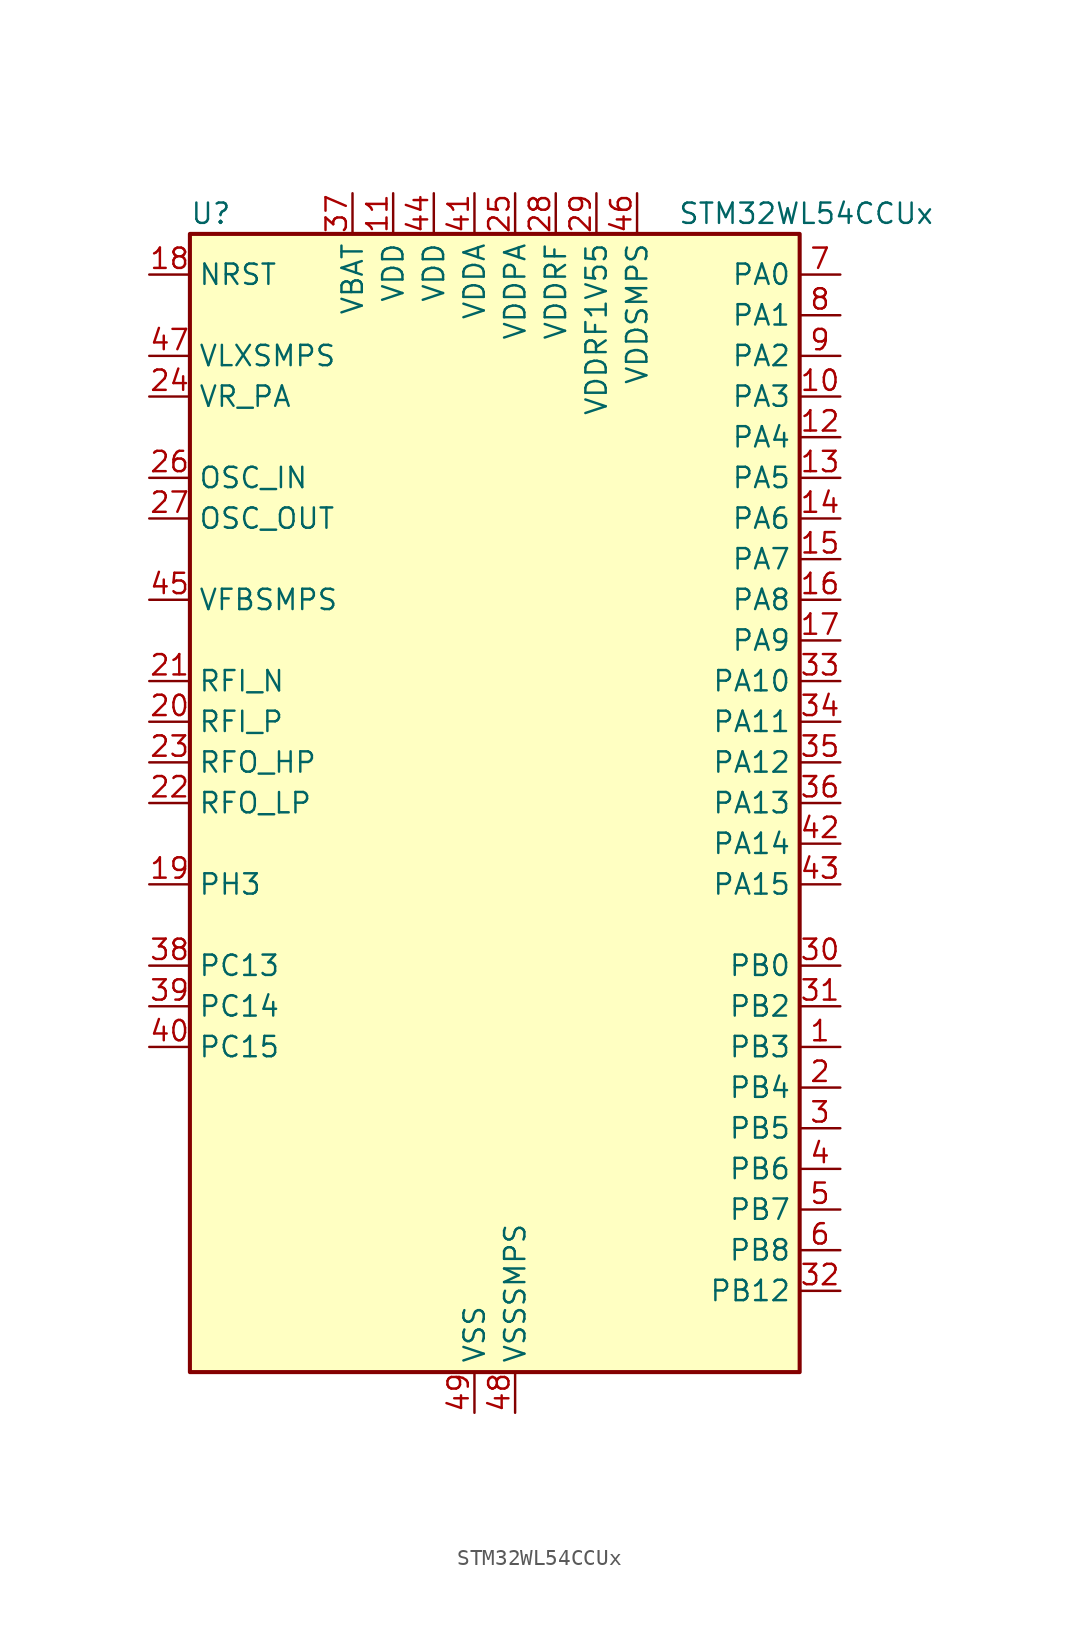
<source format=kicad_sym>
(kicad_symbol_lib
  (version 20220914)
  (generator kicad_symbol_editor)
  (symbol "STM32WL54CCUx"
    (property "Reference" "U"
      (at -17.78 36.83 0)
      (effects (font (size 1.27 1.27)) (justify left)))
    (property "Value" "STM32WL54CCUx"
      (at 12.7 36.83 0)
      (effects (font (size 1.27 1.27)) (justify left)))
    (property "ki_locked" ""
      (at 0 0 0)
      (effects (font (size 1.27 1.27))))
    (symbol "STM32WL54CCUx_0_1"
      (rectangle (start -17.78 -35.56) (end 20.32 35.56) (stroke (width 0.254) (type default)) (fill (type background))))
    (symbol "STM32WL54CCUx_1_1"
      (pin bidirectional line (at 22.86 -15.24 180) (length 2.54) (name "PB3" (effects (font (size 1.27 1.27)))) (number "1" (effects (font (size 1.27 1.27)))) (alternate "ADC_IN2" bidirectional line) (alternate "COMP1_INM" bidirectional line) (alternate "COMP2_INM" bidirectional line) (alternate "DEBUG_JTDO-SWO" bidirectional line) (alternate "DEBUG_RF-DTB1" bidirectional line) (alternate "PWR_WKUP3" bidirectional line) (alternate "RTC_TAMP_IN3" bidirectional line) (alternate "SPI1_SCK" bidirectional line) (alternate "TIM2_CH2" bidirectional line) (alternate "USART1_DE" bidirectional line) (alternate "USART1_RTS" bidirectional line))
      (pin bidirectional line (at 22.86 25.4 180) (length 2.54) (name "PA3" (effects (font (size 1.27 1.27)))) (number "10" (effects (font (size 1.27 1.27)))) (alternate "I2S2_MCK" bidirectional line) (alternate "LPUART1_RX" bidirectional line) (alternate "TIM2_CH4" bidirectional line) (alternate "USART2_RX" bidirectional line))
      (pin power_in line (at -5.08 38.1 270) (length 2.54) (name "VDD" (effects (font (size 1.27 1.27)))) (number "11" (effects (font (size 1.27 1.27)))))
      (pin bidirectional line (at 22.86 22.86 180) (length 2.54) (name "PA4" (effects (font (size 1.27 1.27)))) (number "12" (effects (font (size 1.27 1.27)))) (alternate "DEBUG_SUBGHZSPI-NSSOUT" bidirectional line) (alternate "LPTIM1_OUT" bidirectional line) (alternate "LPTIM2_OUT" bidirectional line) (alternate "RTC_OUT2" bidirectional line) (alternate "SPI1_NSS" bidirectional line) (alternate "USART2_CK" bidirectional line))
      (pin bidirectional line (at 22.86 20.32 180) (length 2.54) (name "PA5" (effects (font (size 1.27 1.27)))) (number "13" (effects (font (size 1.27 1.27)))) (alternate "DEBUG_SUBGHZSPI-SCKOUT" bidirectional line) (alternate "LPTIM2_ETR" bidirectional line) (alternate "SPI1_SCK" bidirectional line) (alternate "SPI2_MISO" bidirectional line) (alternate "TIM2_CH1" bidirectional line) (alternate "TIM2_ETR" bidirectional line))
      (pin bidirectional line (at 22.86 17.78 180) (length 2.54) (name "PA6" (effects (font (size 1.27 1.27)))) (number "14" (effects (font (size 1.27 1.27)))) (alternate "DEBUG_SUBGHZSPI-MISOOUT" bidirectional line) (alternate "I2C2_SMBA" bidirectional line) (alternate "LPUART1_CTS" bidirectional line) (alternate "SPI1_MISO" bidirectional line) (alternate "TIM16_CH1" bidirectional line) (alternate "TIM1_BKIN" bidirectional line))
      (pin bidirectional line (at 22.86 15.24 180) (length 2.54) (name "PA7" (effects (font (size 1.27 1.27)))) (number "15" (effects (font (size 1.27 1.27)))) (alternate "COMP2_OUT" bidirectional line) (alternate "DEBUG_SUBGHZSPI-MOSIOUT" bidirectional line) (alternate "I2C3_SCL" bidirectional line) (alternate "SPI1_MOSI" bidirectional line) (alternate "TIM17_CH1" bidirectional line) (alternate "TIM1_CH1N" bidirectional line))
      (pin bidirectional line (at 22.86 12.7 180) (length 2.54) (name "PA8" (effects (font (size 1.27 1.27)))) (number "16" (effects (font (size 1.27 1.27)))) (alternate "I2S2_CK" bidirectional line) (alternate "LPTIM2_OUT" bidirectional line) (alternate "RCC_MCO" bidirectional line) (alternate "SPI2_SCK" bidirectional line) (alternate "TIM1_CH1" bidirectional line) (alternate "USART1_CK" bidirectional line))
      (pin bidirectional line (at 22.86 10.16 180) (length 2.54) (name "PA9" (effects (font (size 1.27 1.27)))) (number "17" (effects (font (size 1.27 1.27)))) (alternate "DAC_EXTI9" bidirectional line) (alternate "I2C1_SCL" bidirectional line) (alternate "I2S2_CK" bidirectional line) (alternate "I2S2_WS" bidirectional line) (alternate "SPI2_NSS" bidirectional line) (alternate "SPI2_SCK" bidirectional line) (alternate "TIM1_CH2" bidirectional line) (alternate "USART1_TX" bidirectional line))
      (pin input line (at -20.32 33.02 0) (length 2.54) (name "NRST" (effects (font (size 1.27 1.27)))) (number "18" (effects (font (size 1.27 1.27)))))
      (pin bidirectional line (at -20.32 -5.08 0) (length 2.54) (name "PH3" (effects (font (size 1.27 1.27)))) (number "19" (effects (font (size 1.27 1.27)))))
      (pin bidirectional line (at 22.86 -17.78 180) (length 2.54) (name "PB4" (effects (font (size 1.27 1.27)))) (number "2" (effects (font (size 1.27 1.27)))) (alternate "ADC_IN3" bidirectional line) (alternate "COMP1_INP" bidirectional line) (alternate "COMP2_INP" bidirectional line) (alternate "DEBUG_JTRST" bidirectional line) (alternate "DEBUG_RF-LDORDY" bidirectional line) (alternate "I2C3_SDA" bidirectional line) (alternate "SPI1_MISO" bidirectional line) (alternate "TIM17_BKIN" bidirectional line) (alternate "USART1_CTS" bidirectional line) (alternate "USART1_NSS" bidirectional line))
      (pin bidirectional line (at -20.32 5.08 0) (length 2.54) (name "RFI_P" (effects (font (size 1.27 1.27)))) (number "20" (effects (font (size 1.27 1.27)))))
      (pin bidirectional line (at -20.32 7.62 0) (length 2.54) (name "RFI_N" (effects (font (size 1.27 1.27)))) (number "21" (effects (font (size 1.27 1.27)))))
      (pin bidirectional line (at -20.32 0 0) (length 2.54) (name "RFO_LP" (effects (font (size 1.27 1.27)))) (number "22" (effects (font (size 1.27 1.27)))))
      (pin bidirectional line (at -20.32 2.54 0) (length 2.54) (name "RFO_HP" (effects (font (size 1.27 1.27)))) (number "23" (effects (font (size 1.27 1.27)))))
      (pin power_in line (at -20.32 25.4 0) (length 2.54) (name "VR_PA" (effects (font (size 1.27 1.27)))) (number "24" (effects (font (size 1.27 1.27)))))
      (pin power_in line (at 2.54 38.1 270) (length 2.54) (name "VDDPA" (effects (font (size 1.27 1.27)))) (number "25" (effects (font (size 1.27 1.27)))))
      (pin input line (at -20.32 20.32 0) (length 2.54) (name "OSC_IN" (effects (font (size 1.27 1.27)))) (number "26" (effects (font (size 1.27 1.27)))) (alternate "RCC_OSC_IN" bidirectional line))
      (pin input line (at -20.32 17.78 0) (length 2.54) (name "OSC_OUT" (effects (font (size 1.27 1.27)))) (number "27" (effects (font (size 1.27 1.27)))) (alternate "RCC_OSC_OUT" bidirectional line))
      (pin power_in line (at 5.08 38.1 270) (length 2.54) (name "VDDRF" (effects (font (size 1.27 1.27)))) (number "28" (effects (font (size 1.27 1.27)))))
      (pin power_in line (at 7.62 38.1 270) (length 2.54) (name "VDDRF1V55" (effects (font (size 1.27 1.27)))) (number "29" (effects (font (size 1.27 1.27)))))
      (pin bidirectional line (at 22.86 -20.32 180) (length 2.54) (name "PB5" (effects (font (size 1.27 1.27)))) (number "3" (effects (font (size 1.27 1.27)))) (alternate "COMP2_OUT" bidirectional line) (alternate "I2C1_SMBA" bidirectional line) (alternate "LPTIM1_IN1" bidirectional line) (alternate "SPI1_MOSI" bidirectional line) (alternate "TIM16_BKIN" bidirectional line) (alternate "USART1_CK" bidirectional line))
      (pin bidirectional line (at 22.86 -10.16 180) (length 2.54) (name "PB0" (effects (font (size 1.27 1.27)))) (number "30" (effects (font (size 1.27 1.27)))) (alternate "COMP1_OUT" bidirectional line) (alternate "VDDTCXO" bidirectional line))
      (pin bidirectional line (at 22.86 -12.7 180) (length 2.54) (name "PB2" (effects (font (size 1.27 1.27)))) (number "31" (effects (font (size 1.27 1.27)))) (alternate "ADC_IN4" bidirectional line) (alternate "COMP1_INP" bidirectional line) (alternate "COMP2_INM" bidirectional line) (alternate "DEBUG_RF-SMPSRDY" bidirectional line) (alternate "I2C3_SMBA" bidirectional line) (alternate "LPTIM1_OUT" bidirectional line) (alternate "SPI1_NSS" bidirectional line))
      (pin bidirectional line (at 22.86 -30.48 180) (length 2.54) (name "PB12" (effects (font (size 1.27 1.27)))) (number "32" (effects (font (size 1.27 1.27)))) (alternate "I2C3_SMBA" bidirectional line) (alternate "I2S2_WS" bidirectional line) (alternate "LPUART1_RTS" bidirectional line) (alternate "SPI2_NSS" bidirectional line) (alternate "TIM1_BKIN" bidirectional line))
      (pin bidirectional line (at 22.86 7.62 180) (length 2.54) (name "PA10" (effects (font (size 1.27 1.27)))) (number "33" (effects (font (size 1.27 1.27)))) (alternate "ADC_IN6" bidirectional line) (alternate "COMP1_INM" bidirectional line) (alternate "COMP2_INM" bidirectional line) (alternate "DAC_OUT1" bidirectional line) (alternate "DEBUG_RF-HSE32RDY" bidirectional line) (alternate "I2C1_SDA" bidirectional line) (alternate "I2S2_SD" bidirectional line) (alternate "RTC_REFIN" bidirectional line) (alternate "SPI2_MOSI" bidirectional line) (alternate "TIM17_BKIN" bidirectional line) (alternate "TIM1_CH3" bidirectional line) (alternate "USART1_RX" bidirectional line))
      (pin bidirectional line (at 22.86 5.08 180) (length 2.54) (name "PA11" (effects (font (size 1.27 1.27)))) (number "34" (effects (font (size 1.27 1.27)))) (alternate "ADC_EXTI11" bidirectional line) (alternate "ADC_IN7" bidirectional line) (alternate "COMP1_INM" bidirectional line) (alternate "COMP2_INM" bidirectional line) (alternate "DEBUG_RF-NRESET" bidirectional line) (alternate "I2C2_SDA" bidirectional line) (alternate "LPTIM3_ETR" bidirectional line) (alternate "SPI1_MISO" bidirectional line) (alternate "TIM1_BKIN2" bidirectional line) (alternate "TIM1_CH4" bidirectional line) (alternate "USART1_CTS" bidirectional line) (alternate "USART1_NSS" bidirectional line))
      (pin bidirectional line (at 22.86 2.54 180) (length 2.54) (name "PA12" (effects (font (size 1.27 1.27)))) (number "35" (effects (font (size 1.27 1.27)))) (alternate "ADC_IN8" bidirectional line) (alternate "DEBUG_RF-BUSY" bidirectional line) (alternate "I2C2_SCL" bidirectional line) (alternate "LPTIM3_IN1" bidirectional line) (alternate "SPI1_MOSI" bidirectional line) (alternate "TIM1_ETR" bidirectional line) (alternate "USART1_DE" bidirectional line) (alternate "USART1_RTS" bidirectional line))
      (pin bidirectional line (at 22.86 0 180) (length 2.54) (name "PA13" (effects (font (size 1.27 1.27)))) (number "36" (effects (font (size 1.27 1.27)))) (alternate "ADC_IN9" bidirectional line) (alternate "DEBUG_JTMS-SWDIO" bidirectional line) (alternate "I2C2_SMBA" bidirectional line) (alternate "IR_OUT" bidirectional line))
      (pin power_in line (at -7.62 38.1 270) (length 2.54) (name "VBAT" (effects (font (size 1.27 1.27)))) (number "37" (effects (font (size 1.27 1.27)))))
      (pin bidirectional line (at -20.32 -10.16 0) (length 2.54) (name "PC13" (effects (font (size 1.27 1.27)))) (number "38" (effects (font (size 1.27 1.27)))) (alternate "PWR_WKUP2" bidirectional line) (alternate "RTC_OUT1" bidirectional line) (alternate "RTC_TAMP_IN1" bidirectional line) (alternate "RTC_TS" bidirectional line))
      (pin bidirectional line (at -20.32 -12.7 0) (length 2.54) (name "PC14" (effects (font (size 1.27 1.27)))) (number "39" (effects (font (size 1.27 1.27)))) (alternate "RCC_OSC32_IN" bidirectional line))
      (pin bidirectional line (at 22.86 -22.86 180) (length 2.54) (name "PB6" (effects (font (size 1.27 1.27)))) (number "4" (effects (font (size 1.27 1.27)))) (alternate "I2C1_SCL" bidirectional line) (alternate "LPTIM1_ETR" bidirectional line) (alternate "TIM16_CH1N" bidirectional line) (alternate "USART1_TX" bidirectional line))
      (pin bidirectional line (at -20.32 -15.24 0) (length 2.54) (name "PC15" (effects (font (size 1.27 1.27)))) (number "40" (effects (font (size 1.27 1.27)))) (alternate "RCC_OSC32_OUT" bidirectional line))
      (pin power_in line (at 0 38.1 270) (length 2.54) (name "VDDA" (effects (font (size 1.27 1.27)))) (number "41" (effects (font (size 1.27 1.27)))))
      (pin bidirectional line (at 22.86 -2.54 180) (length 2.54) (name "PA14" (effects (font (size 1.27 1.27)))) (number "42" (effects (font (size 1.27 1.27)))) (alternate "ADC_IN10" bidirectional line) (alternate "DEBUG_JTCK-SWCLK" bidirectional line) (alternate "I2C1_SMBA" bidirectional line) (alternate "LPTIM1_OUT" bidirectional line))
      (pin bidirectional line (at 22.86 -5.08 180) (length 2.54) (name "PA15" (effects (font (size 1.27 1.27)))) (number "43" (effects (font (size 1.27 1.27)))) (alternate "ADC_IN11" bidirectional line) (alternate "COMP1_INM" bidirectional line) (alternate "COMP2_INP" bidirectional line) (alternate "DEBUG_JTDI" bidirectional line) (alternate "I2C2_SDA" bidirectional line) (alternate "SPI1_NSS" bidirectional line) (alternate "TIM2_CH1" bidirectional line) (alternate "TIM2_ETR" bidirectional line))
      (pin power_in line (at -2.54 38.1 270) (length 2.54) (name "VDD" (effects (font (size 1.27 1.27)))) (number "44" (effects (font (size 1.27 1.27)))))
      (pin input line (at -20.32 12.7 0) (length 2.54) (name "VFBSMPS" (effects (font (size 1.27 1.27)))) (number "45" (effects (font (size 1.27 1.27)))))
      (pin power_in line (at 10.16 38.1 270) (length 2.54) (name "VDDSMPS" (effects (font (size 1.27 1.27)))) (number "46" (effects (font (size 1.27 1.27)))))
      (pin power_in line (at -20.32 27.94 0) (length 2.54) (name "VLXSMPS" (effects (font (size 1.27 1.27)))) (number "47" (effects (font (size 1.27 1.27)))))
      (pin power_in line (at 2.54 -38.1 90) (length 2.54) (name "VSSSMPS" (effects (font (size 1.27 1.27)))) (number "48" (effects (font (size 1.27 1.27)))))
      (pin power_in line (at 0 -38.1 90) (length 2.54) (name "VSS" (effects (font (size 1.27 1.27)))) (number "49" (effects (font (size 1.27 1.27)))))
      (pin bidirectional line (at 22.86 -25.4 180) (length 2.54) (name "PB7" (effects (font (size 1.27 1.27)))) (number "5" (effects (font (size 1.27 1.27)))) (alternate "I2C1_SDA" bidirectional line) (alternate "LPTIM1_IN2" bidirectional line) (alternate "PWR_PVD_IN" bidirectional line) (alternate "TIM17_CH1N" bidirectional line) (alternate "TIM1_BKIN" bidirectional line) (alternate "USART1_RX" bidirectional line))
      (pin bidirectional line (at 22.86 -27.94 180) (length 2.54) (name "PB8" (effects (font (size 1.27 1.27)))) (number "6" (effects (font (size 1.27 1.27)))) (alternate "I2C1_SCL" bidirectional line) (alternate "TIM16_CH1" bidirectional line) (alternate "TIM1_CH2N" bidirectional line))
      (pin bidirectional line (at 22.86 33.02 180) (length 2.54) (name "PA0" (effects (font (size 1.27 1.27)))) (number "7" (effects (font (size 1.27 1.27)))) (alternate "COMP1_OUT" bidirectional line) (alternate "DEBUG_PWR-REGLP1S" bidirectional line) (alternate "I2C3_SMBA" bidirectional line) (alternate "I2S_CKIN" bidirectional line) (alternate "PWR_WKUP1" bidirectional line) (alternate "RTC_TAMP_IN2" bidirectional line) (alternate "TIM2_CH1" bidirectional line) (alternate "TIM2_ETR" bidirectional line) (alternate "USART2_CTS" bidirectional line) (alternate "USART2_NSS" bidirectional line))
      (pin bidirectional line (at 22.86 30.48 180) (length 2.54) (name "PA1" (effects (font (size 1.27 1.27)))) (number "8" (effects (font (size 1.27 1.27)))) (alternate "DEBUG_PWR-REGLP2S" bidirectional line) (alternate "I2C1_SMBA" bidirectional line) (alternate "LPTIM3_OUT" bidirectional line) (alternate "LPUART1_RTS" bidirectional line) (alternate "SPI1_SCK" bidirectional line) (alternate "TIM2_CH2" bidirectional line) (alternate "USART2_DE" bidirectional line) (alternate "USART2_RTS" bidirectional line))
      (pin bidirectional line (at 22.86 27.94 180) (length 2.54) (name "PA2" (effects (font (size 1.27 1.27)))) (number "9" (effects (font (size 1.27 1.27)))) (alternate "COMP2_OUT" bidirectional line) (alternate "DEBUG_PWR-LDORDY" bidirectional line) (alternate "LPUART1_TX" bidirectional line) (alternate "RCC_LSCO" bidirectional line) (alternate "TIM2_CH3" bidirectional line) (alternate "USART2_TX" bidirectional line)))))
</source>
